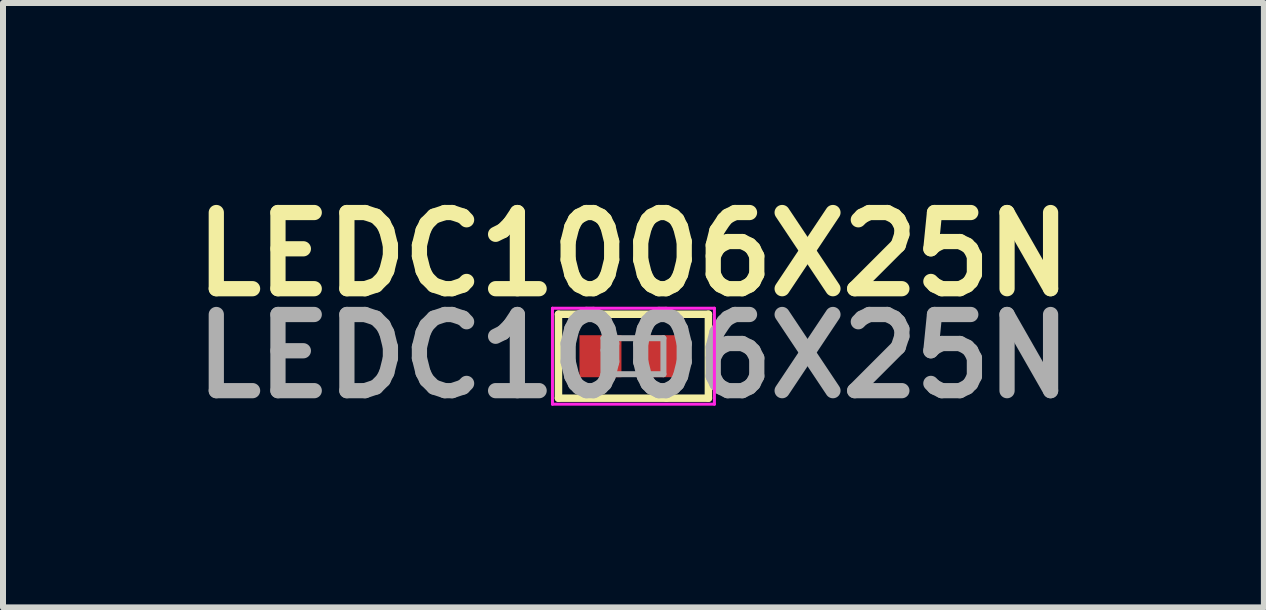
<source format=kicad_pcb>
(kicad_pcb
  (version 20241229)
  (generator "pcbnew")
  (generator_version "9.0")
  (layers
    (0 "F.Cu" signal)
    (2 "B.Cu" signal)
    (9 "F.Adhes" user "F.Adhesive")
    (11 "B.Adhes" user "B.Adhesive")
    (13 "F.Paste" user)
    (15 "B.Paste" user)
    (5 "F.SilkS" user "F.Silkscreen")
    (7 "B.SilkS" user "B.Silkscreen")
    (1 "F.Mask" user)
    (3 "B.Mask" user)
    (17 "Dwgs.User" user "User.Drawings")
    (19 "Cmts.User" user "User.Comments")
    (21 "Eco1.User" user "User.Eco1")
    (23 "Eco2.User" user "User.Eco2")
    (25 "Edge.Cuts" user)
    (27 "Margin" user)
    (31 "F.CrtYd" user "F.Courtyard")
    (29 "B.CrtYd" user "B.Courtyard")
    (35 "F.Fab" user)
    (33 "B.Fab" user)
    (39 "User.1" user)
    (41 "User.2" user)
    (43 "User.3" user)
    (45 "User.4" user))
  (footprint "LEDC1006X25N"
    (layer "F.Cu")
    (at 7.511 2.889)
    (property "Reference" "LEDC1006X25N" (at 0 -1.7 0) (layer "F.SilkS") (effects (font (size 1.27 1.27) (thickness 0.254))))
    (attr smd)
    (fp_line (start -1.25 -0.7) (end -1.25 0.7) (stroke (width 0.125) (type solid)) (layer "F.SilkS"))
    (fp_line (start -1.25 0.7) (end 0.55 0.7) (stroke (width 0.125) (type solid)) (layer "F.SilkS"))
    (fp_line (start 0.55 -0.7) (end -1.25 -0.7) (stroke (width 0.125) (type solid)) (layer "F.SilkS"))
    (fp_line (start 0.55 0.7) (end 1.25 0.7) (stroke (width 0.125) (type solid)) (layer "F.SilkS"))
    (fp_line (start 1.25 -0.7) (end 0.55 -0.7) (stroke (width 0.125) (type solid)) (layer "F.SilkS"))
    (fp_line (start 1.25 0.7) (end 1.25 -0.7) (stroke (width 0.125) (type solid)) (layer "F.SilkS"))
    (fp_line (start -1.35 -0.8) (end 1.35 -0.8) (stroke (width 0.05) (type solid)) (layer "F.CrtYd"))
    (fp_line (start -1.35 0.8) (end -1.35 -0.8) (stroke (width 0.05) (type solid)) (layer "F.CrtYd"))
    (fp_line (start 1.35 -0.8) (end 1.35 0.8) (stroke (width 0.05) (type solid)) (layer "F.CrtYd"))
    (fp_line (start 1.35 0.8) (end -1.35 0.8) (stroke (width 0.05) (type solid)) (layer "F.CrtYd"))
    (fp_line (start -0.5 -0.3) (end 0.5 -0.3) (stroke (width 0.1) (type solid)) (layer "F.Fab"))
    (fp_line (start -0.5 -0.1) (end -0.3 -0.3) (stroke (width 0.1) (type solid)) (layer "F.Fab"))
    (fp_line (start -0.5 0.3) (end -0.5 -0.3) (stroke (width 0.1) (type solid)) (layer "F.Fab"))
    (fp_line (start 0.5 -0.3) (end 0.5 0.3) (stroke (width 0.1) (type solid)) (layer "F.Fab"))
    (fp_line (start 0.5 0.3) (end -0.5 0.3) (stroke (width 0.1) (type solid)) (layer "F.Fab"))
    (fp_text user "${REFERENCE}" (at 0 0 0) (layer "F.Fab") (effects (font (size 1.27 1.27) (thickness 0.254))))
    (pad "1" smd rect (at -0.55 0 90) (size 0.7 0.7) (layers "F.Cu" "F.Mask" "F.Paste"))
    (pad "2" smd rect (at 0.55 0 90) (size 0.7 0.7) (layers "F.Cu" "F.Mask" "F.Paste")))
  (gr_rect
    (start -3 -3)
    (end 18.022 7.077)
    (stroke (width 0.1) (type default))
    (fill no)
    (layer "Edge.Cuts")))
</source>
